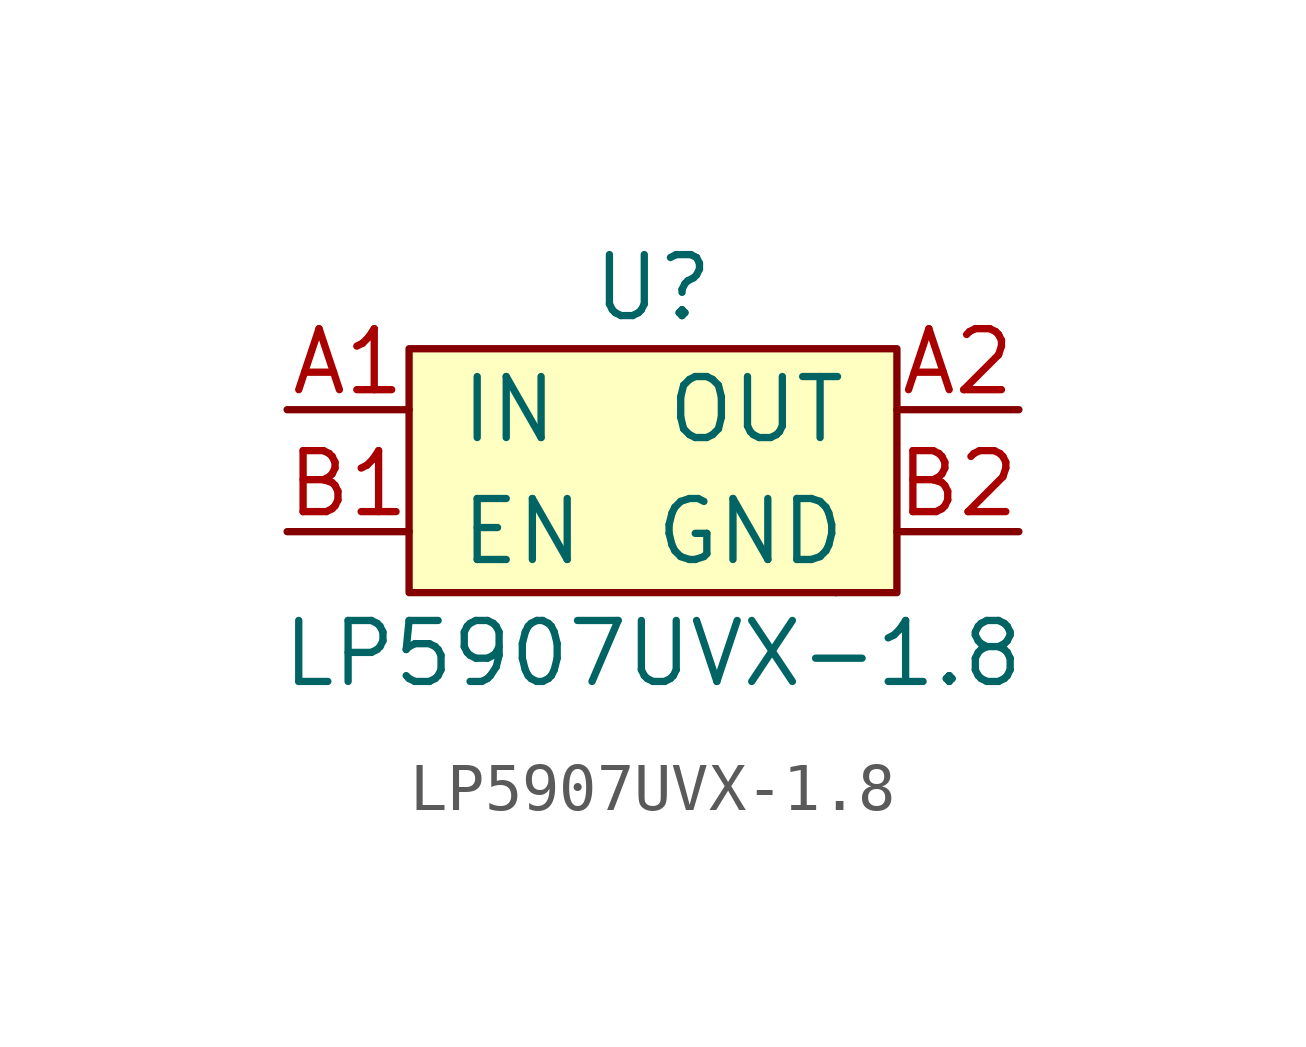
<source format=kicad_sym>
(kicad_symbol_lib
  (version 20220914)
  (generator kicad_symbol_editor)
  (symbol "LP5907UVX-1.8"
    (pin_names
      (offset 1.016))
    (property "Reference" "U"
      (at 0 3.81 0)
      (effects (font (size 1.27 1.27))))
    (property "Value" "LP5907UVX-1.8"
      (at 0 -3.81 0)
      (effects (font (size 1.27 1.27))))
    (symbol "LP5907UVX-1.8_0_1"
      (rectangle (start -5.08 2.54) (end 5.08 -2.54) (stroke (width 0) (type solid)) (fill (type background)))
      (rectangle (start 3.81 -2.54) (end 3.81 -2.54) (stroke (width 0) (type solid)) (fill (type none))))
    (symbol "LP5907UVX-1.8_1_1"
      (pin power_in line (at -7.62 1.27 0) (length 2.54) (name "IN" (effects (font (size 1.27 1.27)))) (number "A1" (effects (font (size 1.27 1.27)))))
      (pin power_out line (at 7.62 1.27 180) (length 2.54) (name "OUT" (effects (font (size 1.27 1.27)))) (number "A2" (effects (font (size 1.27 1.27)))))
      (pin input line (at -7.62 -1.27 0) (length 2.54) (name "EN" (effects (font (size 1.27 1.27)))) (number "B1" (effects (font (size 1.27 1.27)))))
      (pin power_in line (at 7.62 -1.27 180) (length 2.54) (name "GND" (effects (font (size 1.27 1.27)))) (number "B2" (effects (font (size 1.27 1.27))))))))
</source>
